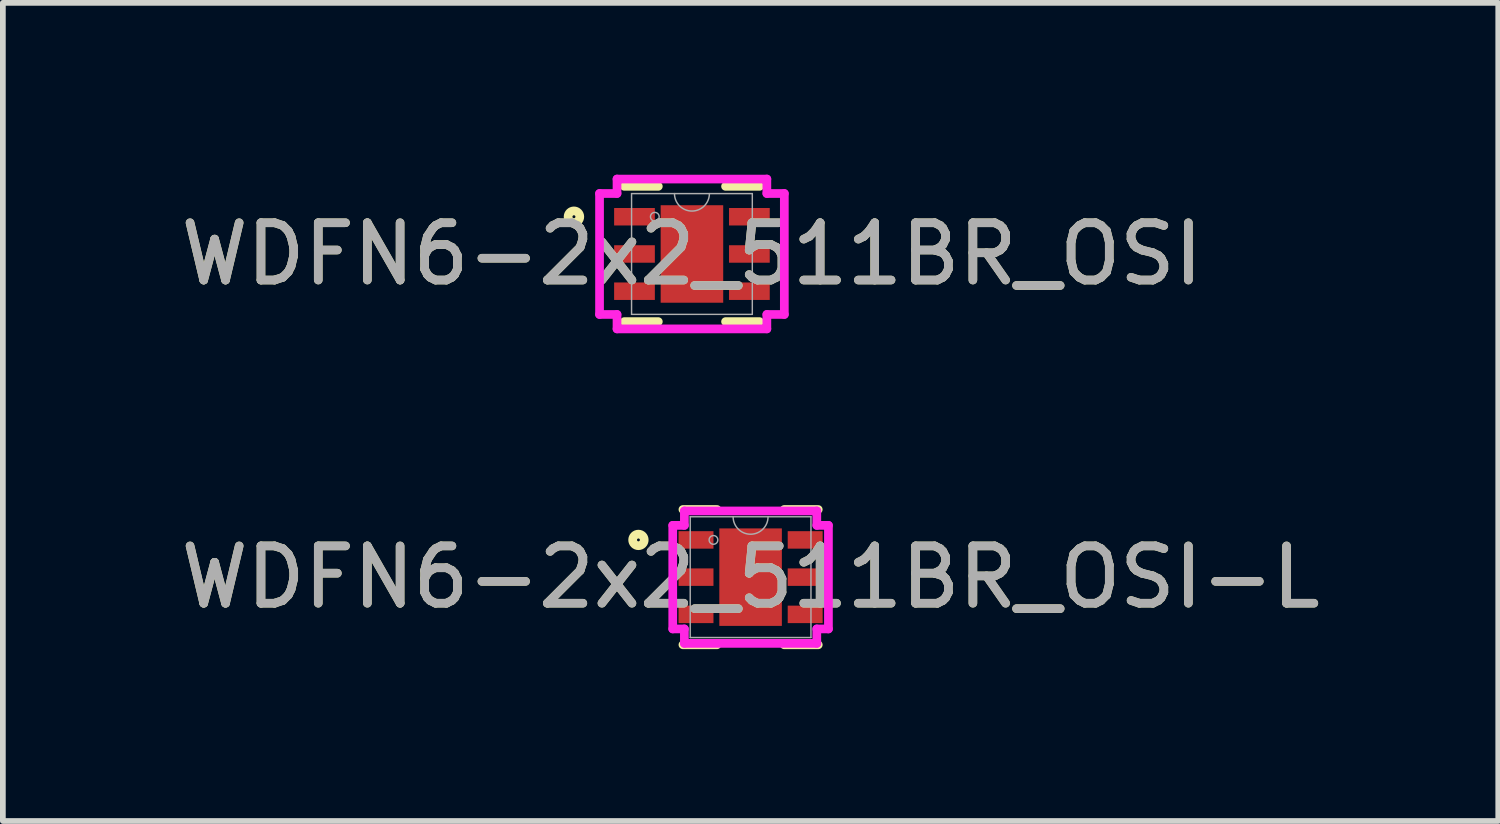
<source format=kicad_pcb>
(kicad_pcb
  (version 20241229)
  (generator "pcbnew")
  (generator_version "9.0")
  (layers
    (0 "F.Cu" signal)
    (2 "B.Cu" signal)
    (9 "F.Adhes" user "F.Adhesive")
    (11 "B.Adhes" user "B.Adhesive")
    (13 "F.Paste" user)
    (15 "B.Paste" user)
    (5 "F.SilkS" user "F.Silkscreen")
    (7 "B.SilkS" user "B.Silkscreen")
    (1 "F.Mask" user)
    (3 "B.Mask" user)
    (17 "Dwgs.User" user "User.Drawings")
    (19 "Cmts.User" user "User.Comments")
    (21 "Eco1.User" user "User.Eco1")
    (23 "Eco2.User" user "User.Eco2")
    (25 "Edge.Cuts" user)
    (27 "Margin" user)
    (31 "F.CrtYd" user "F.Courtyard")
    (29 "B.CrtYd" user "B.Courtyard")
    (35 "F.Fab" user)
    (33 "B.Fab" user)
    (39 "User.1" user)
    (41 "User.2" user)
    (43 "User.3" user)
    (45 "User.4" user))
  (footprint "WDFN6-2x2_511BR_OSI"
    (layer "F.Cu")
    (at 9.03 1.384)
    (property "Reference" "WDFN6-2x2_511BR_OSI" (at 0 0 0) (unlocked yes) (layer "F.SilkS") (effects (font (size 1 1) (thickness 0.15))))
    (attr smd)
    (fp_line (start -1.181 1.181) (end -0.587 1.181) (stroke (width 0.152) (type solid)) (layer "F.SilkS"))
    (fp_line (start -0.587 -1.181) (end -1.181 -1.181) (stroke (width 0.152) (type solid)) (layer "F.SilkS"))
    (fp_line (start 0.587 1.181) (end 1.181 1.181) (stroke (width 0.152) (type solid)) (layer "F.SilkS"))
    (fp_line (start 1.181 -1.181) (end 0.587 -1.181) (stroke (width 0.152) (type solid)) (layer "F.SilkS"))
    (fp_circle (center -2.06 -0.65) (end -1.958 -0.65) (stroke (width 0.152) (type solid)) (fill no) (layer "F.SilkS"))
    (fp_line (start -1.613 -1.056) (end -1.308 -1.056) (stroke (width 0.152) (type solid)) (layer "F.CrtYd"))
    (fp_line (start -1.613 1.056) (end -1.613 -1.056) (stroke (width 0.152) (type solid)) (layer "F.CrtYd"))
    (fp_line (start -1.613 1.056) (end -1.308 1.056) (stroke (width 0.152) (type solid)) (layer "F.CrtYd"))
    (fp_line (start -1.308 -1.308) (end 1.308 -1.308) (stroke (width 0.152) (type solid)) (layer "F.CrtYd"))
    (fp_line (start -1.308 -1.056) (end -1.308 -1.308) (stroke (width 0.152) (type solid)) (layer "F.CrtYd"))
    (fp_line (start -1.308 1.308) (end -1.308 1.056) (stroke (width 0.152) (type solid)) (layer "F.CrtYd"))
    (fp_line (start 1.308 -1.308) (end 1.308 -1.056) (stroke (width 0.152) (type solid)) (layer "F.CrtYd"))
    (fp_line (start 1.308 1.056) (end 1.308 1.308) (stroke (width 0.152) (type solid)) (layer "F.CrtYd"))
    (fp_line (start 1.308 1.308) (end -1.308 1.308) (stroke (width 0.152) (type solid)) (layer "F.CrtYd"))
    (fp_line (start 1.613 -1.056) (end 1.308 -1.056) (stroke (width 0.152) (type solid)) (layer "F.CrtYd"))
    (fp_line (start 1.613 -1.056) (end 1.613 1.056) (stroke (width 0.152) (type solid)) (layer "F.CrtYd"))
    (fp_line (start 1.613 1.056) (end 1.308 1.056) (stroke (width 0.152) (type solid)) (layer "F.CrtYd"))
    (fp_line (start -1.054 -1.054) (end -1.054 1.054) (stroke (width 0.025) (type solid)) (layer "F.Fab"))
    (fp_line (start -1.054 1.054) (end 1.054 1.054) (stroke (width 0.025) (type solid)) (layer "F.Fab"))
    (fp_line (start 1.054 -1.054) (end -1.054 -1.054) (stroke (width 0.025) (type solid)) (layer "F.Fab"))
    (fp_line (start 1.054 1.054) (end 1.054 -1.054) (stroke (width 0.025) (type solid)) (layer "F.Fab"))
    (fp_arc (start 0.3048 -1.0541) (mid 0 -0.7493) (end -0.3048 -1.0541) (stroke (width 0.0254) (type solid)) (layer "F.Fab"))
    (fp_circle (center -0.648 -0.65) (end -0.572 -0.65) (stroke (width 0.025) (type solid)) (fill no) (layer "F.Fab"))
    (fp_text user "${REFERENCE}" (at 0 0 0) (unlocked yes) (layer "F.Fab") (effects (font (size 1 1) (thickness 0.15))))
    (pad "1" smd rect (at -1.003 -0.65) (size 0.711 0.305) (layers "F.Cu" "F.Mask" "F.Paste"))
    (pad "2" smd rect (at -1.003 0) (size 0.711 0.305) (layers "F.Cu" "F.Mask" "F.Paste"))
    (pad "3" smd rect (at -1.003 0.65) (size 0.711 0.305) (layers "F.Cu" "F.Mask" "F.Paste"))
    (pad "4" smd rect (at 1.003 0.65) (size 0.711 0.305) (layers "F.Cu" "F.Mask" "F.Paste"))
    (pad "5" smd rect (at 1.003 0) (size 0.711 0.305) (layers "F.Cu" "F.Mask" "F.Paste"))
    (pad "6" smd rect (at 1.003 -0.65) (size 0.711 0.305) (layers "F.Cu" "F.Mask" "F.Paste"))
    (pad "7" smd rect (at 0 0) (size 1.092 1.702) (layers "F.Cu" "F.Mask" "F.Paste")))
  (footprint "WDFN6-2x2_511BR_OSI-L"
    (layer "F.Cu")
    (at 10.054 7.026)
    (property "Reference" "WDFN6-2x2_511BR_OSI-L" (at 0 0 0) (unlocked yes) (layer "F.SilkS") (effects (font (size 1 1) (thickness 0.15))))
    (attr smd)
    (fp_line (start -1.181 1.181) (end -0.587 1.181) (stroke (width 0.152) (type solid)) (layer "F.SilkS"))
    (fp_line (start -0.587 -1.181) (end -1.181 -1.181) (stroke (width 0.152) (type solid)) (layer "F.SilkS"))
    (fp_line (start 0.587 1.181) (end 1.181 1.181) (stroke (width 0.152) (type solid)) (layer "F.SilkS"))
    (fp_line (start 1.181 -1.181) (end 0.587 -1.181) (stroke (width 0.152) (type solid)) (layer "F.SilkS"))
    (fp_circle (center -1.958 -0.65) (end -1.857 -0.65) (stroke (width 0.152) (type solid)) (fill no) (layer "F.SilkS"))
    (fp_line (start -1.359 -0.904) (end -1.156 -0.904) (stroke (width 0.152) (type solid)) (layer "F.CrtYd"))
    (fp_line (start -1.359 0.904) (end -1.359 -0.904) (stroke (width 0.152) (type solid)) (layer "F.CrtYd"))
    (fp_line (start -1.359 0.904) (end -1.156 0.904) (stroke (width 0.152) (type solid)) (layer "F.CrtYd"))
    (fp_line (start -1.156 -1.156) (end 1.156 -1.156) (stroke (width 0.152) (type solid)) (layer "F.CrtYd"))
    (fp_line (start -1.156 -0.904) (end -1.156 -1.156) (stroke (width 0.152) (type solid)) (layer "F.CrtYd"))
    (fp_line (start -1.156 1.156) (end -1.156 0.904) (stroke (width 0.152) (type solid)) (layer "F.CrtYd"))
    (fp_line (start 1.156 -1.156) (end 1.156 -0.904) (stroke (width 0.152) (type solid)) (layer "F.CrtYd"))
    (fp_line (start 1.156 0.904) (end 1.156 1.156) (stroke (width 0.152) (type solid)) (layer "F.CrtYd"))
    (fp_line (start 1.156 1.156) (end -1.156 1.156) (stroke (width 0.152) (type solid)) (layer "F.CrtYd"))
    (fp_line (start 1.359 -0.904) (end 1.156 -0.904) (stroke (width 0.152) (type solid)) (layer "F.CrtYd"))
    (fp_line (start 1.359 -0.904) (end 1.359 0.904) (stroke (width 0.152) (type solid)) (layer "F.CrtYd"))
    (fp_line (start 1.359 0.904) (end 1.156 0.904) (stroke (width 0.152) (type solid)) (layer "F.CrtYd"))
    (fp_line (start -1.054 -1.054) (end -1.054 1.054) (stroke (width 0.025) (type solid)) (layer "F.Fab"))
    (fp_line (start -1.054 1.054) (end 1.054 1.054) (stroke (width 0.025) (type solid)) (layer "F.Fab"))
    (fp_line (start 1.054 -1.054) (end -1.054 -1.054) (stroke (width 0.025) (type solid)) (layer "F.Fab"))
    (fp_line (start 1.054 1.054) (end 1.054 -1.054) (stroke (width 0.025) (type solid)) (layer "F.Fab"))
    (fp_arc (start 0.3048 -1.0541) (mid 0 -0.7493) (end -0.3048 -1.0541) (stroke (width 0.0254) (type solid)) (layer "F.Fab"))
    (fp_circle (center -0.648 -0.65) (end -0.572 -0.65) (stroke (width 0.025) (type solid)) (fill no) (layer "F.Fab"))
    (fp_text user "${REFERENCE}" (at 0 0 0) (unlocked yes) (layer "F.Fab") (effects (font (size 1 1) (thickness 0.15))))
    (pad "1" smd rect (at -0.953 -0.65) (size 0.61 0.305) (layers "F.Cu" "F.Mask" "F.Paste"))
    (pad "2" smd rect (at -0.953 0) (size 0.61 0.305) (layers "F.Cu" "F.Mask" "F.Paste"))
    (pad "3" smd rect (at -0.953 0.65) (size 0.61 0.305) (layers "F.Cu" "F.Mask" "F.Paste"))
    (pad "4" smd rect (at 0.953 0.65) (size 0.61 0.305) (layers "F.Cu" "F.Mask" "F.Paste"))
    (pad "5" smd rect (at 0.953 0) (size 0.61 0.305) (layers "F.Cu" "F.Mask" "F.Paste"))
    (pad "6" smd rect (at 0.953 -0.65) (size 0.61 0.305) (layers "F.Cu" "F.Mask" "F.Paste"))
    (pad "7" smd rect (at 0 0) (size 1.092 1.702) (layers "F.Cu" "F.Mask" "F.Paste")))
  (gr_rect
    (start -3 -3)
    (end 23.107 11.283)
    (stroke (width 0.1) (type default))
    (fill no)
    (layer "Edge.Cuts")))
</source>
